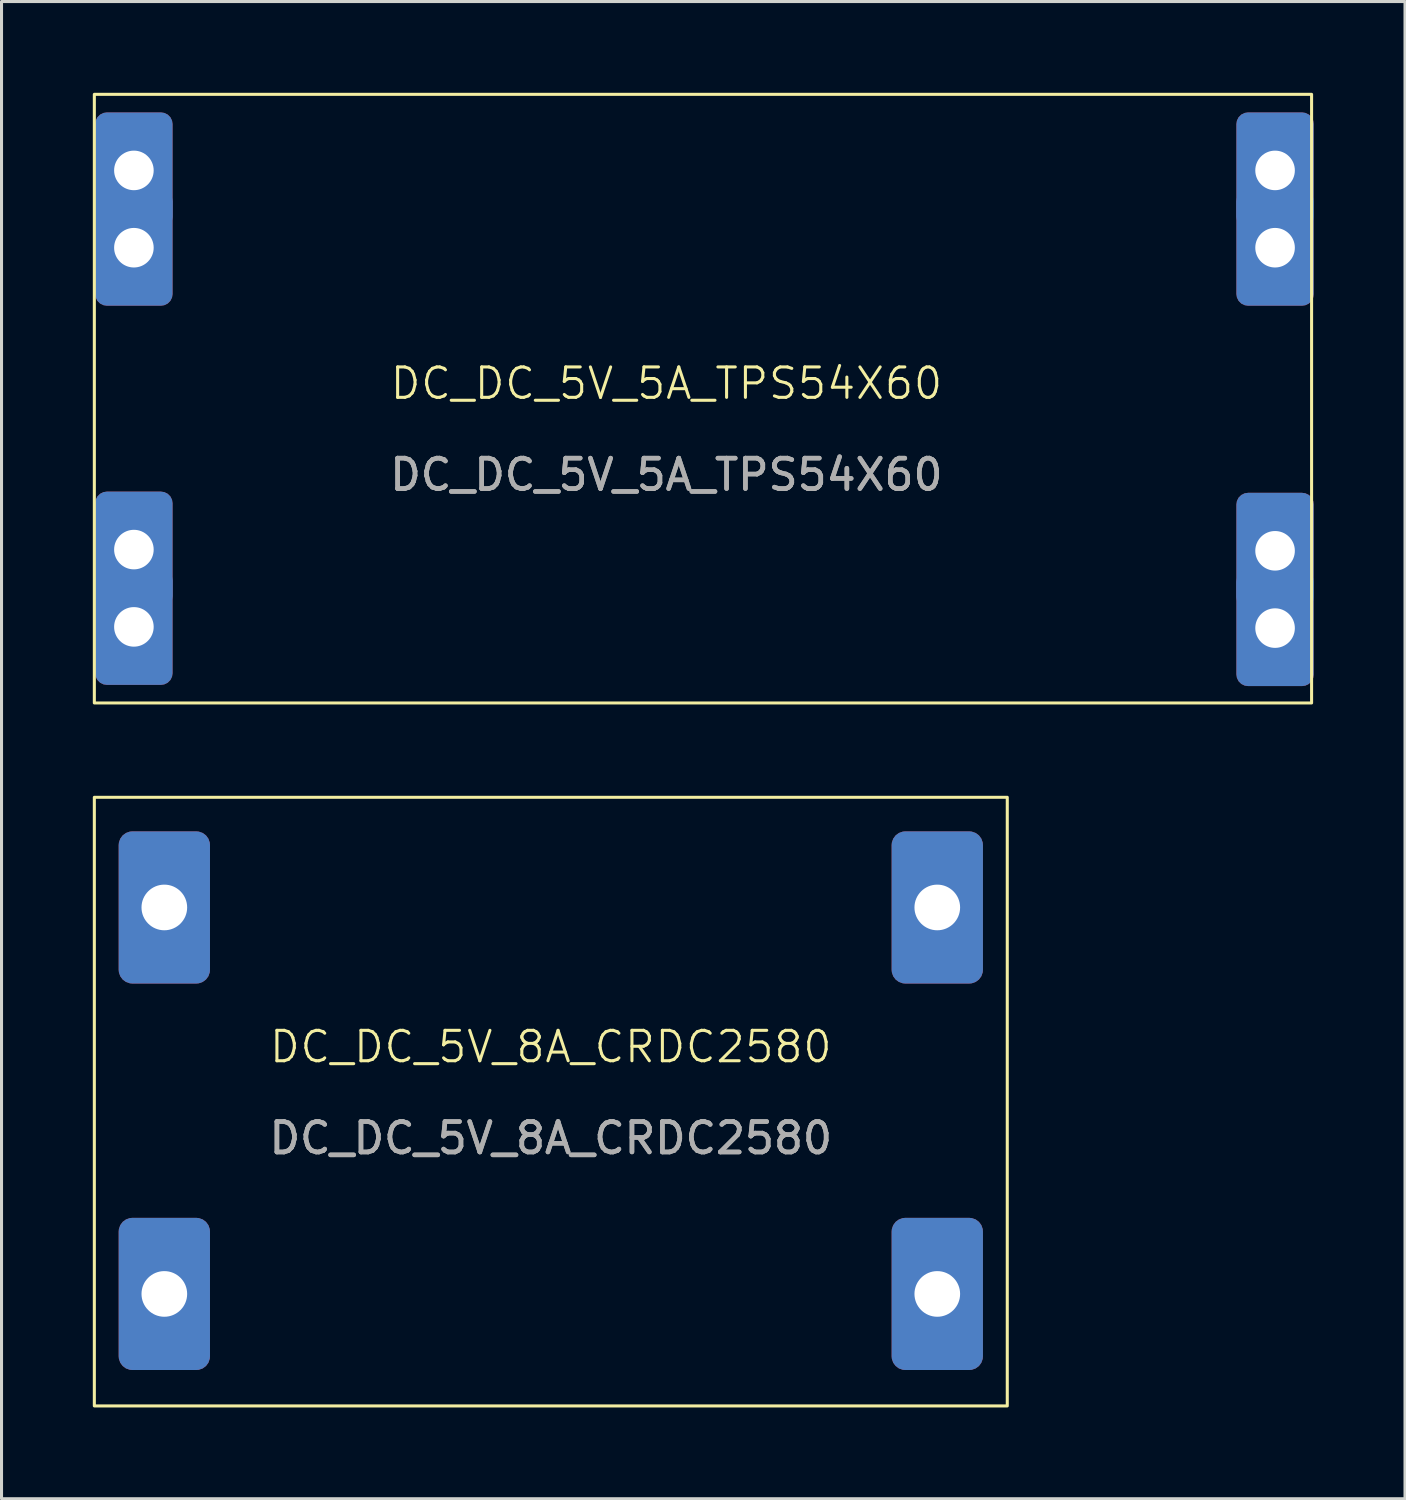
<source format=kicad_pcb>
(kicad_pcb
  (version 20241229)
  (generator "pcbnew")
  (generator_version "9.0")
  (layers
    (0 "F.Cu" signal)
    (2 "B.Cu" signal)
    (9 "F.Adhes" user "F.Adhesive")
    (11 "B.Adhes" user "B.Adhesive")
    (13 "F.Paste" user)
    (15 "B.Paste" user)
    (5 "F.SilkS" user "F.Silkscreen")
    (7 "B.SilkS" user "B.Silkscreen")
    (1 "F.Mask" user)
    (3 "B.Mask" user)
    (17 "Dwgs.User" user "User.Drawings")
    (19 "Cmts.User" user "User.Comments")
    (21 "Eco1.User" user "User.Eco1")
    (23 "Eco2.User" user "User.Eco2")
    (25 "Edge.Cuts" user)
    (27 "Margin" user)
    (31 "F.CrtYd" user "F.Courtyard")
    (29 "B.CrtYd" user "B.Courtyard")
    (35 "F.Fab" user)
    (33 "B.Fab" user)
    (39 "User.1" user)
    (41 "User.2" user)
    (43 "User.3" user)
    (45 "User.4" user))
  (footprint "DC_DC_5V_5A_TPS54X60"
    (layer "F.Cu")
    (at 18.85 10.05)
    (property "Reference" "DC_DC_5V_5A_TPS54X60" (at 0 -0.5 0) (unlocked yes) (layer "F.SilkS") (effects (font (size 1 1) (thickness 0.1))))
    (attr through_hole)
    (fp_rect (start -18.8 -10) (end 21.2 10) (stroke (width 0.1) (type solid)) (fill no) (layer "F.SilkS"))
    (fp_text user "${REFERENCE}" (at 0 2.5 0) (unlocked yes) (layer "F.Fab") (effects (font (size 1 1) (thickness 0.15))))
    (fp_text user "${REFERENCE}" (at 0 2.5 0) (unlocked yes) (layer "F.Fab") (effects (font (size 1 1) (thickness 0.15))))
    (pad "1" thru_hole roundrect (at -17.5 4.96) (size 2.54 3.81) (drill 1.3) (layers "*.Cu" "*.Mask") (roundrect_rratio 0.15))
    (pad "1" thru_hole roundrect (at -17.5 7.5) (size 2.54 3.81) (drill 1.3) (layers "*.Cu" "*.Mask") (roundrect_rratio 0.15))
    (pad "2" thru_hole roundrect (at -17.5 -7.5) (size 2.54 3.81) (drill 1.3) (layers "*.Cu" "*.Mask") (roundrect_rratio 0.15))
    (pad "2" thru_hole roundrect (at -17.5 -4.96) (size 2.54 3.81) (drill 1.3) (layers "*.Cu" "*.Mask") (roundrect_rratio 0.15))
    (pad "3" thru_hole roundrect (at 20 5) (size 2.54 3.81) (drill 1.3) (layers "*.Cu" "*.Mask") (roundrect_rratio 0.15))
    (pad "3" thru_hole roundrect (at 20 7.54) (size 2.54 3.81) (drill 1.3) (layers "*.Cu" "*.Mask") (roundrect_rratio 0.15))
    (pad "4" thru_hole roundrect (at 20 -7.5) (size 2.54 3.81) (drill 1.3) (layers "*.Cu" "*.Mask") (roundrect_rratio 0.15))
    (pad "4" thru_hole roundrect (at 20 -4.96) (size 2.54 3.81) (drill 1.3) (layers "*.Cu" "*.Mask") (roundrect_rratio 0.15)))
  (footprint "DC_DC_5V_8A_CRDC2580"
    (layer "F.Cu")
    (at 15.05 31.85)
    (property "Reference" "DC_DC_5V_8A_CRDC2580" (at 0 -0.5 0) (unlocked yes) (layer "F.SilkS") (effects (font (size 1 1) (thickness 0.1))))
    (attr through_hole)
    (fp_rect (start -15 -8.7) (end 15 11.3) (stroke (width 0.1) (type solid)) (fill no) (layer "F.SilkS"))
    (fp_text user "${REFERENCE}" (at 0 2.5 0) (unlocked yes) (layer "F.Fab") (effects (font (size 1 1) (thickness 0.15))))
    (fp_text user "${REFERENCE}" (at 0 2.5 0) (unlocked yes) (layer "F.Fab") (effects (font (size 1 1) (thickness 0.15))))
    (pad "1" thru_hole roundrect (at -12.7 -5.08) (size 3 5) (drill 1.5) (layers "*.Cu" "*.Mask") (roundrect_rratio 0.15))
    (pad "2" thru_hole roundrect (at -12.7 7.62) (size 3 5) (drill 1.5) (layers "*.Cu" "*.Mask") (roundrect_rratio 0.15))
    (pad "3" thru_hole roundrect (at 12.7 -5.08) (size 3 5) (drill 1.5) (layers "*.Cu" "*.Mask") (roundrect_rratio 0.15))
    (pad "4" thru_hole roundrect (at 12.7 7.62) (size 3 5) (drill 1.5) (layers "*.Cu" "*.Mask") (roundrect_rratio 0.15)))
  (gr_rect
    (start -3 -3)
    (end 43.12 46.2)
    (stroke (width 0.1) (type default))
    (fill no)
    (layer "Edge.Cuts")))
</source>
